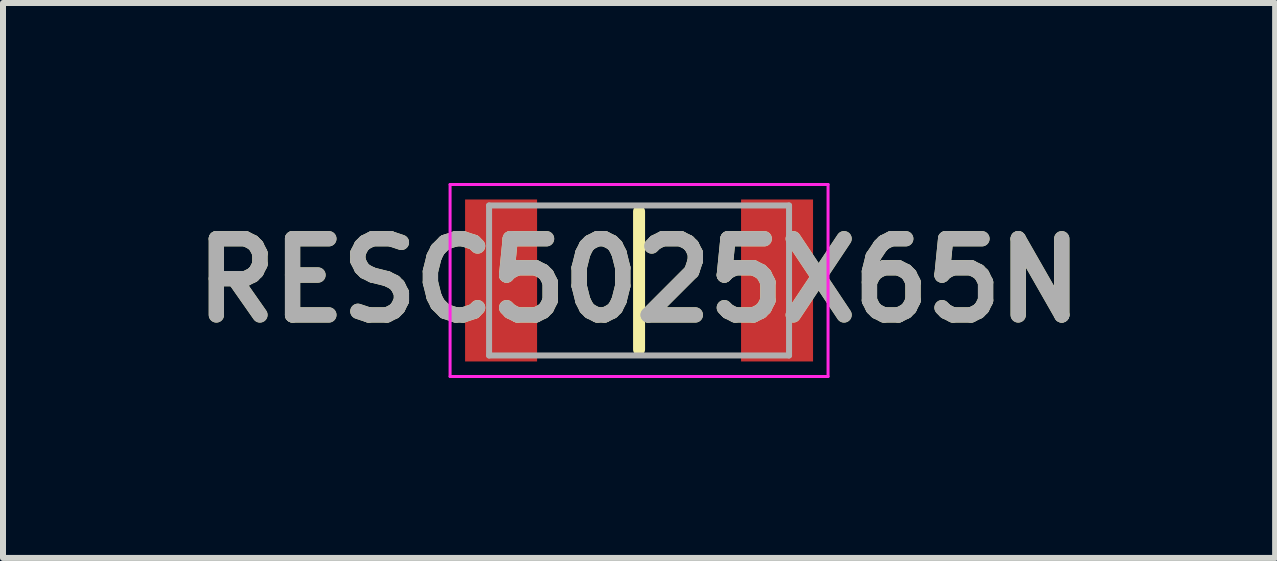
<source format=kicad_pcb>
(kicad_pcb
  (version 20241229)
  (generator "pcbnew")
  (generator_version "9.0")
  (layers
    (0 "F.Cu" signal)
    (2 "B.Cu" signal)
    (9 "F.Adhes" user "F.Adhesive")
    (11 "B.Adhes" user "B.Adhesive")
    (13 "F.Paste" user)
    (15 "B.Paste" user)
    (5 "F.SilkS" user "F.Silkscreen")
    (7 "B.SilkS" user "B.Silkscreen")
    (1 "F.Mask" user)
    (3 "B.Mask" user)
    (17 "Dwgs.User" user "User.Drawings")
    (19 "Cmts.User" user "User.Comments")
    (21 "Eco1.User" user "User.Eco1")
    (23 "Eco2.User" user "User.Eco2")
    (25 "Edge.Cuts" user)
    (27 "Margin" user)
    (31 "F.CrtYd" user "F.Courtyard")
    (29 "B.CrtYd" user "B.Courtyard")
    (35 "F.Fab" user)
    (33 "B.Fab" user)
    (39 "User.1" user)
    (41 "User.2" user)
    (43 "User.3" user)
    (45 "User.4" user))
  (footprint "RESC5025X65N"
    (layer "F.Cu")
    (at 7.602 1.625)
    (property "Reference" "RESC5025X65N" (at 0 0 0) (layer "F.SilkS") (effects (font (size 1.27 1.27) (thickness 0.254))))
    (attr smd)
    (fp_line (start 0 -1.15) (end 0 1.15) (stroke (width 0.2) (type solid)) (layer "F.SilkS"))
    (fp_line (start -3.15 -1.6) (end 3.15 -1.6) (stroke (width 0.05) (type solid)) (layer "F.CrtYd"))
    (fp_line (start -3.15 1.6) (end -3.15 -1.6) (stroke (width 0.05) (type solid)) (layer "F.CrtYd"))
    (fp_line (start 3.15 -1.6) (end 3.15 1.6) (stroke (width 0.05) (type solid)) (layer "F.CrtYd"))
    (fp_line (start 3.15 1.6) (end -3.15 1.6) (stroke (width 0.05) (type solid)) (layer "F.CrtYd"))
    (fp_line (start -2.5 -1.25) (end 2.5 -1.25) (stroke (width 0.1) (type solid)) (layer "F.Fab"))
    (fp_line (start -2.5 1.25) (end -2.5 -1.25) (stroke (width 0.1) (type solid)) (layer "F.Fab"))
    (fp_line (start 2.5 -1.25) (end 2.5 1.25) (stroke (width 0.1) (type solid)) (layer "F.Fab"))
    (fp_line (start 2.5 1.25) (end -2.5 1.25) (stroke (width 0.1) (type solid)) (layer "F.Fab"))
    (fp_text user "${REFERENCE}" (at 0 0 0) (layer "F.Fab") (effects (font (size 1.27 1.27) (thickness 0.254))))
    (pad "1" smd rect (at -2.3 0) (size 1.2 2.7) (layers "F.Cu" "F.Mask" "F.Paste"))
    (pad "2" smd rect (at 2.3 0) (size 1.2 2.7) (layers "F.Cu" "F.Mask" "F.Paste")))
  (gr_rect
    (start -3 -3)
    (end 18.204 6.25)
    (stroke (width 0.1) (type default))
    (fill no)
    (layer "Edge.Cuts")))
</source>
